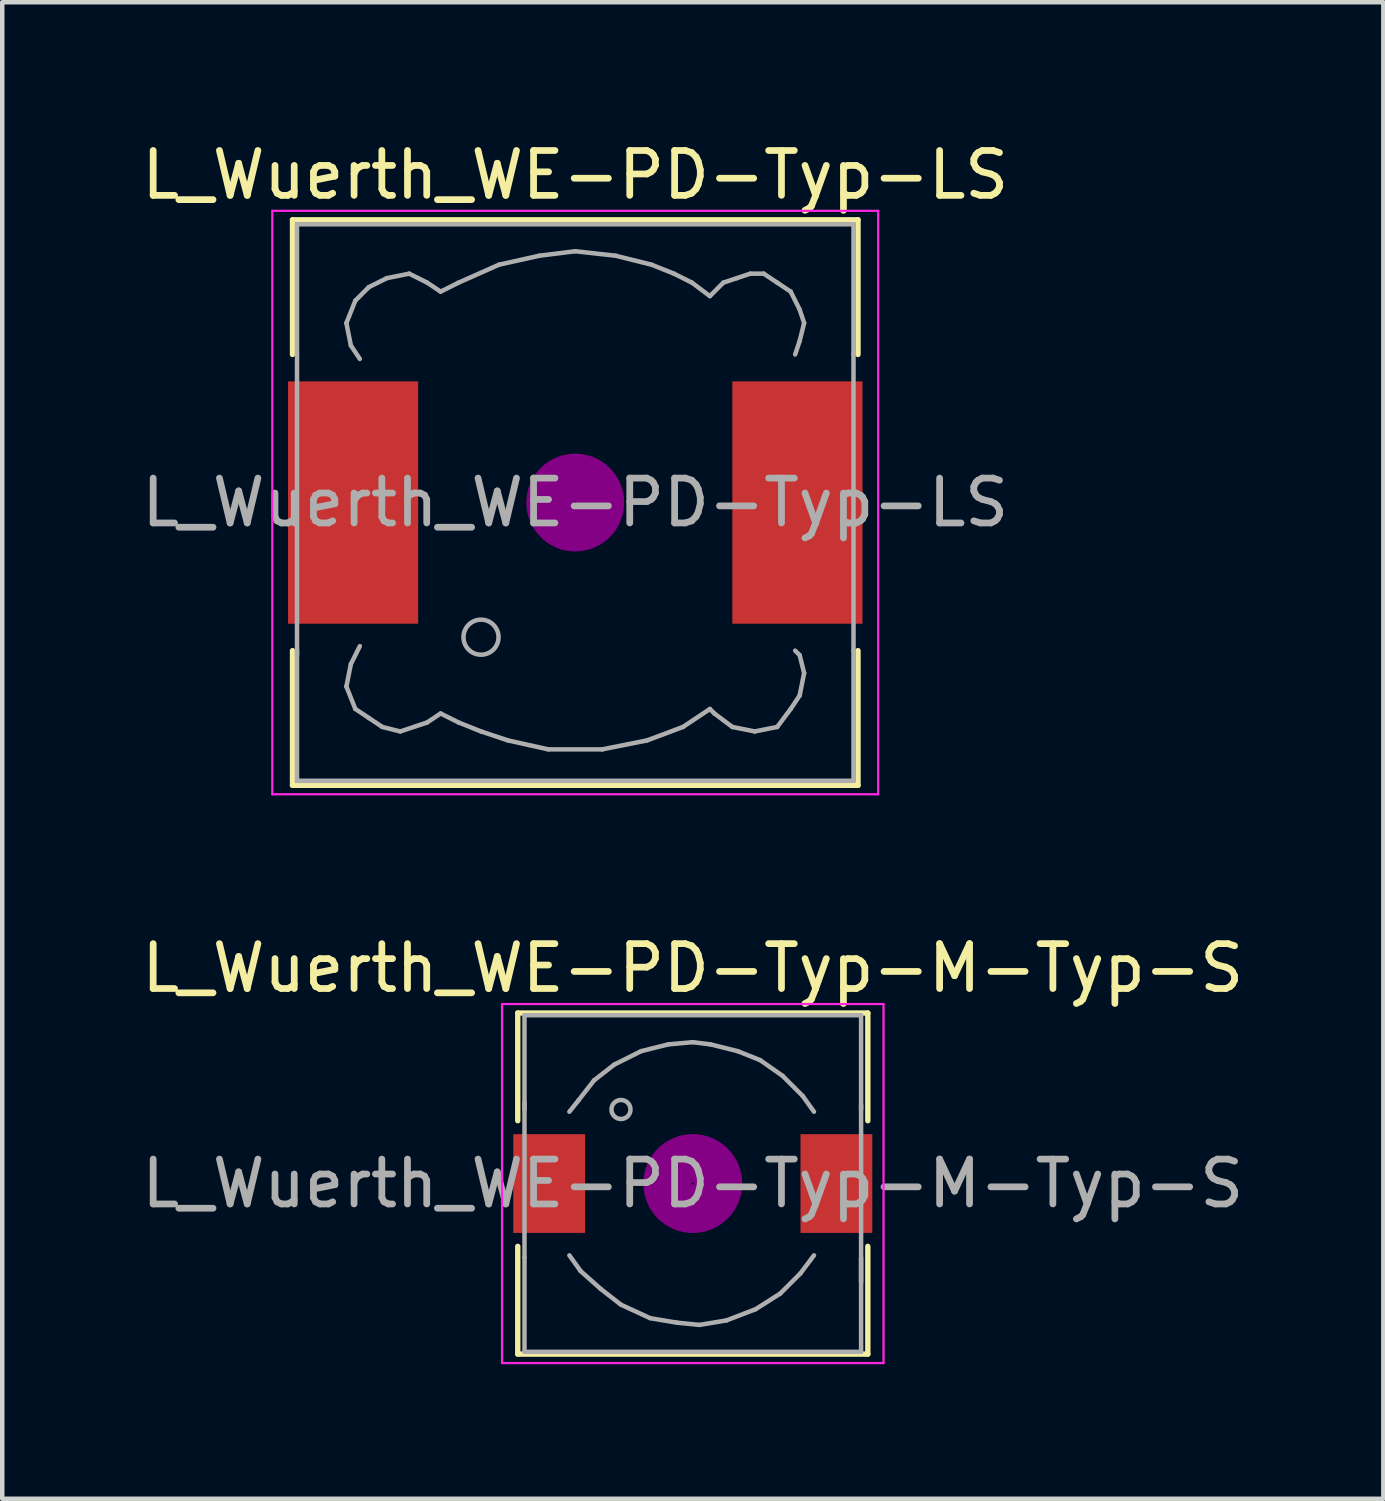
<source format=kicad_pcb>
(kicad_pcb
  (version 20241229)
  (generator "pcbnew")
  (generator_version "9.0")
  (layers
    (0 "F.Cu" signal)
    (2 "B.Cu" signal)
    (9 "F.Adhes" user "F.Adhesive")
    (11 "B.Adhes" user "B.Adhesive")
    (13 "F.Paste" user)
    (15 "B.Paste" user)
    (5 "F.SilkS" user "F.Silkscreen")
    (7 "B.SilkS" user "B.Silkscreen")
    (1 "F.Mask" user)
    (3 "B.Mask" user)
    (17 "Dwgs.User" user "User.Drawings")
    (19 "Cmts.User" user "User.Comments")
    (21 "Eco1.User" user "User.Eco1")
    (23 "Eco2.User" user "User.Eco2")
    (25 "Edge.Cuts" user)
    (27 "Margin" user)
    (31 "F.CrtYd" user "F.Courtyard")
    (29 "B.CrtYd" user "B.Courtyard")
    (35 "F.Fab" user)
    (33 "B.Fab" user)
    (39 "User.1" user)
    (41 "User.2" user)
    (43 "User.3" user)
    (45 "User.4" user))
  (footprint "L_Wuerth_WE-PD-Typ-M-Typ-S"
    (layer "F.Cu")
    (at 12.387 23.322)
    (property "Reference" "L_Wuerth_WE-PD-Typ-M-Typ-S" (at 0 -4.8 0) (layer "F.SilkS") (effects (font (size 1 1) (thickness 0.15))))
    (attr smd)
    (fp_line (start -3.9 -1.4) (end -3.9 -3.8) (stroke (width 0.12) (type solid)) (layer "F.SilkS"))
    (fp_line (start -3.9 1.4) (end -3.9 3.8) (stroke (width 0.12) (type solid)) (layer "F.SilkS"))
    (fp_line (start -3.9 3.8) (end 3.9 3.8) (stroke (width 0.12) (type solid)) (layer "F.SilkS"))
    (fp_line (start 3.9 -3.8) (end -3.9 -3.8) (stroke (width 0.12) (type solid)) (layer "F.SilkS"))
    (fp_line (start 3.9 -1.4) (end 3.9 -3.8) (stroke (width 0.12) (type solid)) (layer "F.SilkS"))
    (fp_line (start 3.9 3.8) (end 3.9 1.4) (stroke (width 0.12) (type solid)) (layer "F.SilkS"))
    (fp_circle (center 0 0) (end 0.15 0.15) (stroke (width 0.38) (type solid)) (fill no) (layer "F.Adhes"))
    (fp_circle (center 0 0) (end 0.55 0.05) (stroke (width 0.38) (type solid)) (fill no) (layer "F.Adhes"))
    (fp_circle (center 0 0) (end 0.9 0.15) (stroke (width 0.38) (type solid)) (fill no) (layer "F.Adhes"))
    (fp_line (start -4.25 -4) (end 4.25 -4) (stroke (width 0.05) (type solid)) (layer "F.CrtYd"))
    (fp_line (start -4.25 4) (end -4.25 -4) (stroke (width 0.05) (type solid)) (layer "F.CrtYd"))
    (fp_line (start 4.25 -4) (end 4.25 4) (stroke (width 0.05) (type solid)) (layer "F.CrtYd"))
    (fp_line (start 4.25 4) (end -4.25 4) (stroke (width 0.05) (type solid)) (layer "F.CrtYd"))
    (fp_line (start -3.75 -3.75) (end -3.75 -1.65) (stroke (width 0.1) (type solid)) (layer "F.Fab"))
    (fp_line (start -3.75 1.65) (end -3.75 -1.8) (stroke (width 0.1) (type solid)) (layer "F.Fab"))
    (fp_line (start -3.75 1.65) (end -3.75 3.75) (stroke (width 0.1) (type solid)) (layer "F.Fab"))
    (fp_line (start -3.75 3.75) (end 3.75 3.75) (stroke (width 0.1) (type solid)) (layer "F.Fab"))
    (fp_line (start -2.75 1.6) (end -2.5 1.95) (stroke (width 0.1) (type solid)) (layer "F.Fab"))
    (fp_line (start -2.55 -1.85) (end -2.75 -1.6) (stroke (width 0.1) (type solid)) (layer "F.Fab"))
    (fp_line (start -2.5 1.95) (end -2.05 2.35) (stroke (width 0.1) (type solid)) (layer "F.Fab"))
    (fp_line (start -2.2 -2.3) (end -2.55 -1.85) (stroke (width 0.1) (type solid)) (layer "F.Fab"))
    (fp_line (start -2.05 2.35) (end -1.6 2.7) (stroke (width 0.1) (type solid)) (layer "F.Fab"))
    (fp_line (start -1.75 -2.65) (end -2.2 -2.3) (stroke (width 0.1) (type solid)) (layer "F.Fab"))
    (fp_line (start -1.6 2.7) (end -0.95 3) (stroke (width 0.1) (type solid)) (layer "F.Fab"))
    (fp_line (start -1.15 -2.95) (end -1.75 -2.65) (stroke (width 0.1) (type solid)) (layer "F.Fab"))
    (fp_line (start -0.95 3) (end -0.35 3.1) (stroke (width 0.1) (type solid)) (layer "F.Fab"))
    (fp_line (start -0.55 -3.1) (end -1.15 -2.95) (stroke (width 0.1) (type solid)) (layer "F.Fab"))
    (fp_line (start -0.35 3.1) (end 0.15 3.15) (stroke (width 0.1) (type solid)) (layer "F.Fab"))
    (fp_line (start 0 -3.15) (end -0.55 -3.1) (stroke (width 0.1) (type solid)) (layer "F.Fab"))
    (fp_line (start 0.15 3.15) (end 0.75 3.05) (stroke (width 0.1) (type solid)) (layer "F.Fab"))
    (fp_line (start 0.4 -3.1) (end 0 -3.15) (stroke (width 0.1) (type solid)) (layer "F.Fab"))
    (fp_line (start 0.75 3.05) (end 1.4 2.8) (stroke (width 0.1) (type solid)) (layer "F.Fab"))
    (fp_line (start 1 -2.95) (end 0.4 -3.1) (stroke (width 0.1) (type solid)) (layer "F.Fab"))
    (fp_line (start 1.4 2.8) (end 1.95 2.45) (stroke (width 0.1) (type solid)) (layer "F.Fab"))
    (fp_line (start 1.5 -2.75) (end 1 -2.95) (stroke (width 0.1) (type solid)) (layer "F.Fab"))
    (fp_line (start 1.95 2.45) (end 2.4 2) (stroke (width 0.1) (type solid)) (layer "F.Fab"))
    (fp_line (start 2 -2.4) (end 1.5 -2.75) (stroke (width 0.1) (type solid)) (layer "F.Fab"))
    (fp_line (start 2.4 2) (end 2.7 1.6) (stroke (width 0.1) (type solid)) (layer "F.Fab"))
    (fp_line (start 2.45 -1.95) (end 2 -2.4) (stroke (width 0.1) (type solid)) (layer "F.Fab"))
    (fp_line (start 2.7 -1.6) (end 2.45 -1.95) (stroke (width 0.1) (type solid)) (layer "F.Fab"))
    (fp_line (start 3.75 -3.75) (end -3.75 -3.75) (stroke (width 0.1) (type solid)) (layer "F.Fab"))
    (fp_line (start 3.75 -3.75) (end 3.75 -1.65) (stroke (width 0.1) (type solid)) (layer "F.Fab"))
    (fp_line (start 3.75 -1.75) (end 3.75 2.2) (stroke (width 0.1) (type solid)) (layer "F.Fab"))
    (fp_line (start 3.75 3.75) (end 3.75 1.65) (stroke (width 0.1) (type solid)) (layer "F.Fab"))
    (fp_circle (center -1.6 -1.65) (end -1.45 -1.5) (stroke (width 0.1) (type solid)) (fill no) (layer "F.Fab"))
    (fp_text user "${REFERENCE}" (at 0 0 0) (layer "F.Fab") (effects (font (size 1 1) (thickness 0.15))))
    (pad "1" smd rect (at -3.2 0) (size 1.6 2.2) (layers "F.Cu" "F.Mask" "F.Paste"))
    (pad "2" smd rect (at 3.2 0) (size 1.6 2.2) (layers "F.Cu" "F.Mask" "F.Paste")))
  (footprint "L_Wuerth_WE-PD-Typ-LS"
    (layer "F.Cu")
    (at 9.768 8.148)
    (property "Reference" "L_Wuerth_WE-PD-Typ-LS" (at 0 -7.3 0) (layer "F.SilkS") (effects (font (size 1 1) (thickness 0.15))))
    (attr smd)
    (fp_line (start -6.3 -6.3) (end 6.3 -6.3) (stroke (width 0.12) (type solid)) (layer "F.SilkS"))
    (fp_line (start -6.3 -3.3) (end -6.3 -6.3) (stroke (width 0.12) (type solid)) (layer "F.SilkS"))
    (fp_line (start -6.3 6.3) (end -6.3 3.3) (stroke (width 0.12) (type solid)) (layer "F.SilkS"))
    (fp_line (start 6.3 -6.3) (end 6.3 -3.3) (stroke (width 0.12) (type solid)) (layer "F.SilkS"))
    (fp_line (start 6.3 3.3) (end 6.3 6.3) (stroke (width 0.12) (type solid)) (layer "F.SilkS"))
    (fp_line (start 6.3 6.3) (end -6.3 6.3) (stroke (width 0.12) (type solid)) (layer "F.SilkS"))
    (fp_circle (center 0 0) (end 0.15 0.15) (stroke (width 0.38) (type solid)) (fill no) (layer "F.Adhes"))
    (fp_circle (center 0 0) (end 0.55 0) (stroke (width 0.38) (type solid)) (fill no) (layer "F.Adhes"))
    (fp_circle (center 0 0) (end 0.9 0) (stroke (width 0.38) (type solid)) (fill no) (layer "F.Adhes"))
    (fp_line (start -6.75 -6.5) (end 6.75 -6.5) (stroke (width 0.05) (type solid)) (layer "F.CrtYd"))
    (fp_line (start -6.75 6.5) (end -6.75 -6.5) (stroke (width 0.05) (type solid)) (layer "F.CrtYd"))
    (fp_line (start 6.75 -6.5) (end 6.75 6.5) (stroke (width 0.05) (type solid)) (layer "F.CrtYd"))
    (fp_line (start 6.75 6.5) (end -6.75 6.5) (stroke (width 0.05) (type solid)) (layer "F.CrtYd"))
    (fp_line (start -6.2 -6.2) (end -6.2 -3.3) (stroke (width 0.1) (type solid)) (layer "F.Fab"))
    (fp_line (start -6.2 -3.3) (end -6.2 3.4) (stroke (width 0.1) (type solid)) (layer "F.Fab"))
    (fp_line (start -6.2 3.3) (end -6.2 6.2) (stroke (width 0.1) (type solid)) (layer "F.Fab"))
    (fp_line (start -6.2 6.2) (end 6.2 6.2) (stroke (width 0.1) (type solid)) (layer "F.Fab"))
    (fp_line (start -5.1 -4) (end -5 -3.5) (stroke (width 0.1) (type solid)) (layer "F.Fab"))
    (fp_line (start -5.1 4.1) (end -5 3.6) (stroke (width 0.1) (type solid)) (layer "F.Fab"))
    (fp_line (start -5 -3.5) (end -4.8 -3.2) (stroke (width 0.1) (type solid)) (layer "F.Fab"))
    (fp_line (start -5 3.6) (end -4.8 3.2) (stroke (width 0.1) (type solid)) (layer "F.Fab"))
    (fp_line (start -4.9 -4.5) (end -5.1 -4) (stroke (width 0.1) (type solid)) (layer "F.Fab"))
    (fp_line (start -4.9 4.6) (end -5.1 4.1) (stroke (width 0.1) (type solid)) (layer "F.Fab"))
    (fp_line (start -4.6 -4.8) (end -4.9 -4.5) (stroke (width 0.1) (type solid)) (layer "F.Fab"))
    (fp_line (start -4.6 4.8) (end -4.9 4.6) (stroke (width 0.1) (type solid)) (layer "F.Fab"))
    (fp_line (start -4.3 5) (end -4.6 4.8) (stroke (width 0.1) (type solid)) (layer "F.Fab"))
    (fp_line (start -4.2 -5) (end -4.6 -4.8) (stroke (width 0.1) (type solid)) (layer "F.Fab"))
    (fp_line (start -3.9 5.1) (end -4.3 5) (stroke (width 0.1) (type solid)) (layer "F.Fab"))
    (fp_line (start -3.7 -5.1) (end -4.2 -5) (stroke (width 0.1) (type solid)) (layer "F.Fab"))
    (fp_line (start -3.3 -4.9) (end -3.7 -5.1) (stroke (width 0.1) (type solid)) (layer "F.Fab"))
    (fp_line (start -3.3 4.9) (end -3.9 5.1) (stroke (width 0.1) (type solid)) (layer "F.Fab"))
    (fp_line (start -3 -4.7) (end -3.3 -4.9) (stroke (width 0.1) (type solid)) (layer "F.Fab"))
    (fp_line (start -3 4.7) (end -3.3 4.9) (stroke (width 0.1) (type solid)) (layer "F.Fab"))
    (fp_line (start -2.6 -4.9) (end -3 -4.7) (stroke (width 0.1) (type solid)) (layer "F.Fab"))
    (fp_line (start -2.6 4.9) (end -3 4.7) (stroke (width 0.1) (type solid)) (layer "F.Fab"))
    (fp_line (start -2.1 5.1) (end -2.6 4.9) (stroke (width 0.1) (type solid)) (layer "F.Fab"))
    (fp_line (start -1.7 -5.3) (end -2.6 -4.9) (stroke (width 0.1) (type solid)) (layer "F.Fab"))
    (fp_line (start -1.5 5.3) (end -2.1 5.1) (stroke (width 0.1) (type solid)) (layer "F.Fab"))
    (fp_line (start -0.8 -5.5) (end -1.7 -5.3) (stroke (width 0.1) (type solid)) (layer "F.Fab"))
    (fp_line (start -0.6 5.5) (end -1.5 5.3) (stroke (width 0.1) (type solid)) (layer "F.Fab"))
    (fp_line (start 0 -5.6) (end -0.8 -5.5) (stroke (width 0.1) (type solid)) (layer "F.Fab"))
    (fp_line (start 0.6 5.5) (end -0.6 5.5) (stroke (width 0.1) (type solid)) (layer "F.Fab"))
    (fp_line (start 0.9 -5.5) (end 0 -5.6) (stroke (width 0.1) (type solid)) (layer "F.Fab"))
    (fp_line (start 1.6 5.3) (end 0.6 5.5) (stroke (width 0.1) (type solid)) (layer "F.Fab"))
    (fp_line (start 1.7 -5.3) (end 0.9 -5.5) (stroke (width 0.1) (type solid)) (layer "F.Fab"))
    (fp_line (start 2.2 -5.1) (end 1.7 -5.3) (stroke (width 0.1) (type solid)) (layer "F.Fab"))
    (fp_line (start 2.4 5) (end 1.6 5.3) (stroke (width 0.1) (type solid)) (layer "F.Fab"))
    (fp_line (start 2.6 -4.9) (end 2.2 -5.1) (stroke (width 0.1) (type solid)) (layer "F.Fab"))
    (fp_line (start 3 -4.6) (end 2.6 -4.9) (stroke (width 0.1) (type solid)) (layer "F.Fab"))
    (fp_line (start 3 4.6) (end 2.4 5) (stroke (width 0.1) (type solid)) (layer "F.Fab"))
    (fp_line (start 3.1 4.7) (end 3 4.6) (stroke (width 0.1) (type solid)) (layer "F.Fab"))
    (fp_line (start 3.3 -4.9) (end 3 -4.6) (stroke (width 0.1) (type solid)) (layer "F.Fab"))
    (fp_line (start 3.5 5) (end 3.1 4.7) (stroke (width 0.1) (type solid)) (layer "F.Fab"))
    (fp_line (start 3.6 -5) (end 3.3 -4.9) (stroke (width 0.1) (type solid)) (layer "F.Fab"))
    (fp_line (start 3.9 -5.1) (end 3.6 -5) (stroke (width 0.1) (type solid)) (layer "F.Fab"))
    (fp_line (start 4 5.1) (end 3.5 5) (stroke (width 0.1) (type solid)) (layer "F.Fab"))
    (fp_line (start 4.2 -5.1) (end 3.9 -5.1) (stroke (width 0.1) (type solid)) (layer "F.Fab"))
    (fp_line (start 4.5 -4.9) (end 4.2 -5.1) (stroke (width 0.1) (type solid)) (layer "F.Fab"))
    (fp_line (start 4.5 5) (end 4 5.1) (stroke (width 0.1) (type solid)) (layer "F.Fab"))
    (fp_line (start 4.8 -4.7) (end 4.5 -4.9) (stroke (width 0.1) (type solid)) (layer "F.Fab"))
    (fp_line (start 4.8 4.6) (end 4.5 5) (stroke (width 0.1) (type solid)) (layer "F.Fab"))
    (fp_line (start 4.9 -3.3) (end 5 -3.6) (stroke (width 0.1) (type solid)) (layer "F.Fab"))
    (fp_line (start 4.9 3.3) (end 5 3.4) (stroke (width 0.1) (type solid)) (layer "F.Fab"))
    (fp_line (start 5 -4.3) (end 4.8 -4.7) (stroke (width 0.1) (type solid)) (layer "F.Fab"))
    (fp_line (start 5 -3.6) (end 5.1 -4) (stroke (width 0.1) (type solid)) (layer "F.Fab"))
    (fp_line (start 5 3.4) (end 5.1 3.8) (stroke (width 0.1) (type solid)) (layer "F.Fab"))
    (fp_line (start 5 4.3) (end 4.8 4.6) (stroke (width 0.1) (type solid)) (layer "F.Fab"))
    (fp_line (start 5.1 -4) (end 5 -4.3) (stroke (width 0.1) (type solid)) (layer "F.Fab"))
    (fp_line (start 5.1 3.8) (end 5 4.3) (stroke (width 0.1) (type solid)) (layer "F.Fab"))
    (fp_line (start 6.2 -6.2) (end -6.2 -6.2) (stroke (width 0.1) (type solid)) (layer "F.Fab"))
    (fp_line (start 6.2 -6.2) (end 6.2 -3.3) (stroke (width 0.1) (type solid)) (layer "F.Fab"))
    (fp_line (start 6.2 3.3) (end 6.2 -3.3) (stroke (width 0.1) (type solid)) (layer "F.Fab"))
    (fp_line (start 6.2 6.2) (end 6.2 3.3) (stroke (width 0.1) (type solid)) (layer "F.Fab"))
    (fp_circle (center -2.1 3) (end -1.8 3.25) (stroke (width 0.1) (type solid)) (fill no) (layer "F.Fab"))
    (fp_text user "${REFERENCE}" (at 0 0 0) (layer "F.Fab") (effects (font (size 1 1) (thickness 0.15))))
    (pad "1" smd rect (at -4.95 0) (size 2.9 5.4) (layers "F.Cu" "F.Mask" "F.Paste"))
    (pad "2" smd rect (at 4.95 0) (size 2.9 5.4) (layers "F.Cu" "F.Mask" "F.Paste")))
  (gr_rect
    (start -3 -3)
    (end 27.774 30.346)
    (stroke (width 0.1) (type default))
    (fill no)
    (layer "Edge.Cuts")))
</source>
